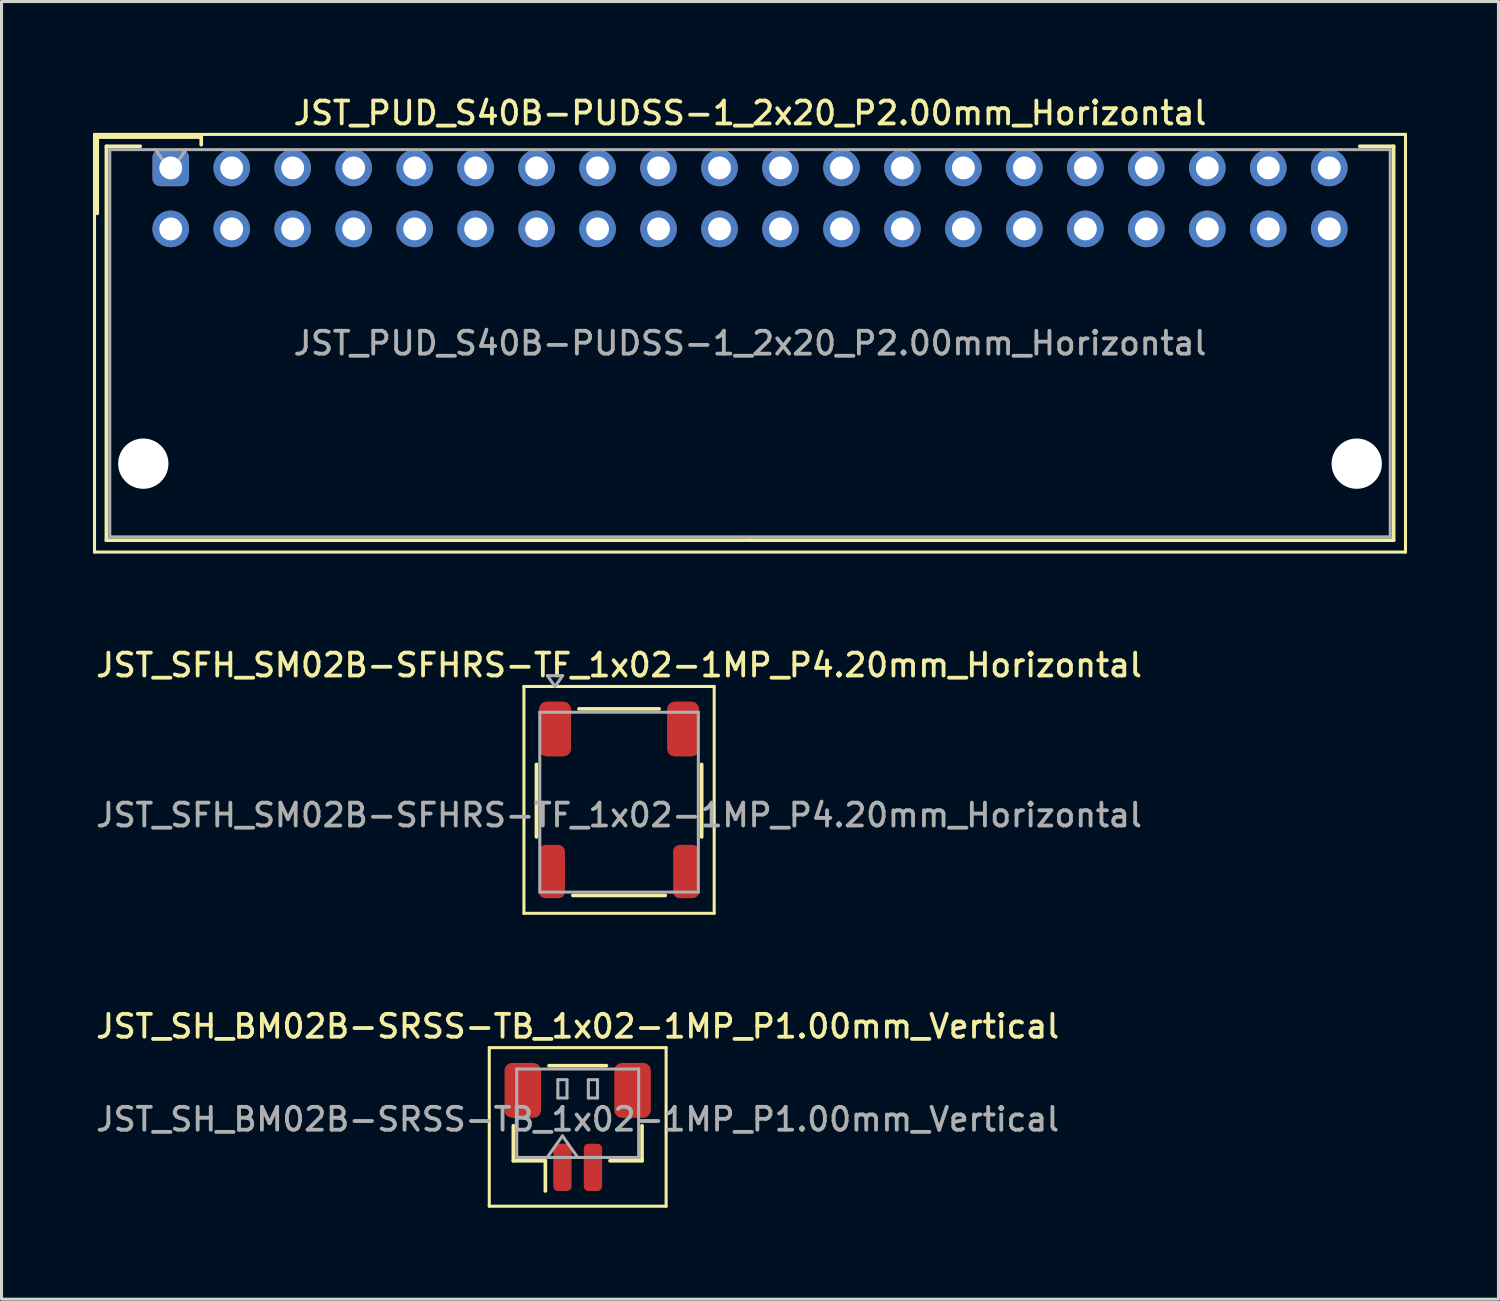
<source format=kicad_pcb>
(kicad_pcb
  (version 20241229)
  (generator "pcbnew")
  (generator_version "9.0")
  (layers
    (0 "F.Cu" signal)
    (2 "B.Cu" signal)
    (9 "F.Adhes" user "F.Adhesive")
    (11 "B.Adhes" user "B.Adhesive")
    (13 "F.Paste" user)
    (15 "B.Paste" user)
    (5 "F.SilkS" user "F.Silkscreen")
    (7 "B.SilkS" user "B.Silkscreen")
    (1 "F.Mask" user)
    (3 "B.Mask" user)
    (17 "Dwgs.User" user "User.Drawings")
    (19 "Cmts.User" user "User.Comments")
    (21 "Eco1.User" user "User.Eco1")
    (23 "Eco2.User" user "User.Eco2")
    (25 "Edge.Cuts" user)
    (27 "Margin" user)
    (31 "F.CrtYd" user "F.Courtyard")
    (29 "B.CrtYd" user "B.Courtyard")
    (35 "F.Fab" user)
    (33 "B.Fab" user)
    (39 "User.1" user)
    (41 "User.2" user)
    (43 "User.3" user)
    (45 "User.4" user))
  (footprint "JST_SFH_SM02B-SFHRS-TF_1x02-1MP_P4.20mm_Horizontal"
    (layer "F.Cu")
    (at 17.255 23.186)
    (property "Reference" "JST_SFH_SM02B-SFHRS-TF_1x02-1MP_P4.20mm_Horizontal" (at 0 -4.42 0) (layer "F.SilkS") (effects (font (size 0.75 0.75) (thickness 0.125))))
    (attr smd)
    (fp_line (start -3.12 -3.72) (end -3.12 3.72) (stroke (width 0.1) (type solid)) (layer "F.SilkS"))
    (fp_line (start -3.12 3.72) (end 3.12 3.72) (stroke (width 0.1) (type solid)) (layer "F.SilkS"))
    (fp_line (start -2.71 -1.165) (end -2.71 1.215) (stroke (width 0.12) (type solid)) (layer "F.SilkS"))
    (fp_line (start -1.515 3.135) (end 1.515 3.135) (stroke (width 0.12) (type solid)) (layer "F.SilkS"))
    (fp_line (start -1.315 -2.985) (end 1.315 -2.985) (stroke (width 0.12) (type solid)) (layer "F.SilkS"))
    (fp_line (start 2.71 -1.165) (end 2.71 1.215) (stroke (width 0.12) (type solid)) (layer "F.SilkS"))
    (fp_line (start 3.12 -3.72) (end -3.12 -3.72) (stroke (width 0.1) (type solid)) (layer "F.SilkS"))
    (fp_line (start 3.12 3.72) (end 3.12 -3.72) (stroke (width 0.1) (type solid)) (layer "F.SilkS"))
    (fp_line (start -2.6 -2.875) (end -2.6 3.025) (stroke (width 0.1) (type solid)) (layer "F.Fab"))
    (fp_line (start -2.6 -2.875) (end 2.6 -2.875) (stroke (width 0.1) (type solid)) (layer "F.Fab"))
    (fp_line (start -2.6 3.025) (end 2.6 3.025) (stroke (width 0.1) (type solid)) (layer "F.Fab"))
    (fp_line (start -2.35 -4.074) (end -2.1 -3.72) (stroke (width 0.1) (type solid)) (layer "F.Fab"))
    (fp_line (start -2.1 -3.72) (end -1.85 -4.074) (stroke (width 0.1) (type solid)) (layer "F.Fab"))
    (fp_line (start -1.85 -4.074) (end -2.35 -4.074) (stroke (width 0.1) (type solid)) (layer "F.Fab"))
    (fp_line (start 2.6 -2.875) (end 2.6 3.025) (stroke (width 0.1) (type solid)) (layer "F.Fab"))
    (fp_text user "${REFERENCE}" (at 0 0.5 0) (layer "F.Fab") (effects (font (size 0.75 0.75) (thickness 0.125))))
    (pad "1" smd roundrect (at -2.1 -2.325) (size 1.05 1.8) (layers "F.Cu" "F.Mask" "F.Paste") (roundrect_rratio 0.238))
    (pad "2" smd roundrect (at 2.1 -2.325) (size 1.05 1.8) (layers "F.Cu" "F.Mask" "F.Paste") (roundrect_rratio 0.238))
    (pad "MP" smd roundrect (at -2.2 2.35) (size 0.85 1.75) (layers "F.Cu" "F.Mask" "F.Paste") (roundrect_rratio 0.25))
    (pad "MP" smd roundrect (at 2.2 2.35) (size 0.85 1.75) (layers "F.Cu" "F.Mask" "F.Paste") (roundrect_rratio 0.25)))
  (footprint "JST_SH_BM02B-SRSS-TB_1x02-1MP_P1.00mm_Vertical"
    (layer "F.Cu")
    (at 15.898 33.914)
    (property "Reference" "JST_SH_BM02B-SRSS-TB_1x02-1MP_P1.00mm_Vertical" (at 0 -3.3 0) (layer "F.SilkS") (effects (font (size 0.75 0.75) (thickness 0.125))))
    (attr smd)
    (fp_line (start -2.9 -2.6) (end -2.9 2.6) (stroke (width 0.1) (type solid)) (layer "F.SilkS"))
    (fp_line (start -2.9 2.6) (end 2.9 2.6) (stroke (width 0.1) (type solid)) (layer "F.SilkS"))
    (fp_line (start -2.11 -0.04) (end -2.11 1.11) (stroke (width 0.12) (type solid)) (layer "F.SilkS"))
    (fp_line (start -2.11 1.11) (end -1.06 1.11) (stroke (width 0.12) (type solid)) (layer "F.SilkS"))
    (fp_line (start -1.06 1.11) (end -1.06 2.1) (stroke (width 0.12) (type solid)) (layer "F.SilkS"))
    (fp_line (start -0.94 -2.01) (end 0.94 -2.01) (stroke (width 0.12) (type solid)) (layer "F.SilkS"))
    (fp_line (start 2.11 -0.04) (end 2.11 1.11) (stroke (width 0.12) (type solid)) (layer "F.SilkS"))
    (fp_line (start 2.11 1.11) (end 1.06 1.11) (stroke (width 0.12) (type solid)) (layer "F.SilkS"))
    (fp_line (start 2.9 -2.6) (end -2.9 -2.6) (stroke (width 0.1) (type solid)) (layer "F.SilkS"))
    (fp_line (start 2.9 2.6) (end 2.9 -2.6) (stroke (width 0.1) (type solid)) (layer "F.SilkS"))
    (fp_line (start -2 -1.9) (end 2 -1.9) (stroke (width 0.1) (type solid)) (layer "F.Fab"))
    (fp_line (start -2 1) (end -2 -1.9) (stroke (width 0.1) (type solid)) (layer "F.Fab"))
    (fp_line (start -2 1) (end 2 1) (stroke (width 0.1) (type solid)) (layer "F.Fab"))
    (fp_line (start -1 1) (end -0.5 0.293) (stroke (width 0.1) (type solid)) (layer "F.Fab"))
    (fp_line (start -0.65 -1.55) (end -0.65 -0.95) (stroke (width 0.1) (type solid)) (layer "F.Fab"))
    (fp_line (start -0.65 -0.95) (end -0.35 -0.95) (stroke (width 0.1) (type solid)) (layer "F.Fab"))
    (fp_line (start -0.5 0.293) (end 0 1) (stroke (width 0.1) (type solid)) (layer "F.Fab"))
    (fp_line (start -0.35 -1.55) (end -0.65 -1.55) (stroke (width 0.1) (type solid)) (layer "F.Fab"))
    (fp_line (start -0.35 -0.95) (end -0.35 -1.55) (stroke (width 0.1) (type solid)) (layer "F.Fab"))
    (fp_line (start 0.35 -1.55) (end 0.35 -0.95) (stroke (width 0.1) (type solid)) (layer "F.Fab"))
    (fp_line (start 0.35 -0.95) (end 0.65 -0.95) (stroke (width 0.1) (type solid)) (layer "F.Fab"))
    (fp_line (start 0.65 -1.55) (end 0.35 -1.55) (stroke (width 0.1) (type solid)) (layer "F.Fab"))
    (fp_line (start 0.65 -0.95) (end 0.65 -1.55) (stroke (width 0.1) (type solid)) (layer "F.Fab"))
    (fp_line (start 2 1) (end 2 -1.9) (stroke (width 0.1) (type solid)) (layer "F.Fab"))
    (fp_text user "${REFERENCE}" (at 0 -0.25 0) (layer "F.Fab") (effects (font (size 0.75 0.75) (thickness 0.125))))
    (pad "1" smd roundrect (at -0.5 1.325) (size 0.6 1.55) (layers "F.Cu" "F.Mask" "F.Paste") (roundrect_rratio 0.25))
    (pad "2" smd roundrect (at 0.5 1.325) (size 0.6 1.55) (layers "F.Cu" "F.Mask" "F.Paste") (roundrect_rratio 0.25))
    (pad "MP" smd roundrect (at -1.8 -1.2) (size 1.2 1.8) (layers "F.Cu" "F.Mask" "F.Paste") (roundrect_rratio 0.208))
    (pad "MP" smd roundrect (at 1.8 -1.2) (size 1.2 1.8) (layers "F.Cu" "F.Mask" "F.Paste") (roundrect_rratio 0.208)))
  (footprint "JST_PUD_S40B-PUDSS-1_2x20_P2.00mm_Horizontal"
    (layer "F.Cu")
    (at 2.55 2.458)
    (property "Reference" "JST_PUD_S40B-PUDSS-1_2x20_P2.00mm_Horizontal" (at 19 -1.8 0) (layer "F.SilkS") (effects (font (size 0.75 0.75) (thickness 0.125))))
    (attr through_hole)
    (fp_line (start -2.5 -1.1) (end -2.5 12.6) (stroke (width 0.1) (type solid)) (layer "F.SilkS"))
    (fp_line (start -2.5 12.6) (end 40.5 12.6) (stroke (width 0.1) (type solid)) (layer "F.SilkS"))
    (fp_line (start -2.41 -1.01) (end -2.41 1.49) (stroke (width 0.12) (type solid)) (layer "F.SilkS"))
    (fp_line (start -2.11 -0.71) (end -2.11 12.21) (stroke (width 0.12) (type solid)) (layer "F.SilkS"))
    (fp_line (start -2.11 12.21) (end 19 12.21) (stroke (width 0.12) (type solid)) (layer "F.SilkS"))
    (fp_line (start -1 -0.71) (end -2.11 -0.71) (stroke (width 0.12) (type solid)) (layer "F.SilkS"))
    (fp_line (start 1 -1.01) (end -2.41 -1.01) (stroke (width 0.12) (type solid)) (layer "F.SilkS"))
    (fp_line (start 1 -0.76) (end 1 -1.01) (stroke (width 0.12) (type solid)) (layer "F.SilkS"))
    (fp_line (start 39 -0.71) (end 40.11 -0.71) (stroke (width 0.12) (type solid)) (layer "F.SilkS"))
    (fp_line (start 40.11 -0.71) (end 40.11 12.21) (stroke (width 0.12) (type solid)) (layer "F.SilkS"))
    (fp_line (start 40.11 12.21) (end 19 12.21) (stroke (width 0.12) (type solid)) (layer "F.SilkS"))
    (fp_line (start 40.5 -1.1) (end -2.5 -1.1) (stroke (width 0.1) (type solid)) (layer "F.SilkS"))
    (fp_line (start 40.5 12.6) (end 40.5 -1.1) (stroke (width 0.1) (type solid)) (layer "F.SilkS"))
    (fp_line (start -2 -0.6) (end -2 12.1) (stroke (width 0.1) (type solid)) (layer "F.Fab"))
    (fp_line (start -2 12.1) (end 40 12.1) (stroke (width 0.1) (type solid)) (layer "F.Fab"))
    (fp_line (start 0 0.107) (end -0.5 -0.6) (stroke (width 0.1) (type solid)) (layer "F.Fab"))
    (fp_line (start 0.5 -0.6) (end 0 0.107) (stroke (width 0.1) (type solid)) (layer "F.Fab"))
    (fp_line (start 40 -0.6) (end -2 -0.6) (stroke (width 0.1) (type solid)) (layer "F.Fab"))
    (fp_line (start 40 12.1) (end 40 -0.6) (stroke (width 0.1) (type solid)) (layer "F.Fab"))
    (fp_text user "${REFERENCE}" (at 19 5.75 0) (layer "F.Fab") (effects (font (size 0.75 0.75) (thickness 0.125))))
    (pad "" np_thru_hole circle (at -0.9 9.7) (size 1.65 1.65) (drill 1.65) (layers "*.Cu" "*.Mask"))
    (pad "" np_thru_hole circle (at 38.9 9.7) (size 1.65 1.65) (drill 1.65) (layers "*.Cu" "*.Mask"))
    (pad "1" thru_hole roundrect (at 0 0) (size 1.2 1.2) (drill 0.75) (layers "*.Cu" "*.Mask") (roundrect_rratio 0.208))
    (pad "2" thru_hole circle (at 0 2) (size 1.2 1.2) (drill 0.75) (layers "*.Cu" "*.Mask"))
    (pad "3" thru_hole circle (at 2 0) (size 1.2 1.2) (drill 0.75) (layers "*.Cu" "*.Mask"))
    (pad "4" thru_hole circle (at 2 2) (size 1.2 1.2) (drill 0.75) (layers "*.Cu" "*.Mask"))
    (pad "5" thru_hole circle (at 4 0) (size 1.2 1.2) (drill 0.75) (layers "*.Cu" "*.Mask"))
    (pad "6" thru_hole circle (at 4 2) (size 1.2 1.2) (drill 0.75) (layers "*.Cu" "*.Mask"))
    (pad "7" thru_hole circle (at 6 0) (size 1.2 1.2) (drill 0.75) (layers "*.Cu" "*.Mask"))
    (pad "8" thru_hole circle (at 6 2) (size 1.2 1.2) (drill 0.75) (layers "*.Cu" "*.Mask"))
    (pad "9" thru_hole circle (at 8 0) (size 1.2 1.2) (drill 0.75) (layers "*.Cu" "*.Mask"))
    (pad "10" thru_hole circle (at 8 2) (size 1.2 1.2) (drill 0.75) (layers "*.Cu" "*.Mask"))
    (pad "11" thru_hole circle (at 10 0) (size 1.2 1.2) (drill 0.75) (layers "*.Cu" "*.Mask"))
    (pad "12" thru_hole circle (at 10 2) (size 1.2 1.2) (drill 0.75) (layers "*.Cu" "*.Mask"))
    (pad "13" thru_hole circle (at 12 0) (size 1.2 1.2) (drill 0.75) (layers "*.Cu" "*.Mask"))
    (pad "14" thru_hole circle (at 12 2) (size 1.2 1.2) (drill 0.75) (layers "*.Cu" "*.Mask"))
    (pad "15" thru_hole circle (at 14 0) (size 1.2 1.2) (drill 0.75) (layers "*.Cu" "*.Mask"))
    (pad "16" thru_hole circle (at 14 2) (size 1.2 1.2) (drill 0.75) (layers "*.Cu" "*.Mask"))
    (pad "17" thru_hole circle (at 16 0) (size 1.2 1.2) (drill 0.75) (layers "*.Cu" "*.Mask"))
    (pad "18" thru_hole circle (at 16 2) (size 1.2 1.2) (drill 0.75) (layers "*.Cu" "*.Mask"))
    (pad "19" thru_hole circle (at 18 0) (size 1.2 1.2) (drill 0.75) (layers "*.Cu" "*.Mask"))
    (pad "20" thru_hole circle (at 18 2) (size 1.2 1.2) (drill 0.75) (layers "*.Cu" "*.Mask"))
    (pad "21" thru_hole circle (at 20 0) (size 1.2 1.2) (drill 0.75) (layers "*.Cu" "*.Mask"))
    (pad "22" thru_hole circle (at 20 2) (size 1.2 1.2) (drill 0.75) (layers "*.Cu" "*.Mask"))
    (pad "23" thru_hole circle (at 22 0) (size 1.2 1.2) (drill 0.75) (layers "*.Cu" "*.Mask"))
    (pad "24" thru_hole circle (at 22 2) (size 1.2 1.2) (drill 0.75) (layers "*.Cu" "*.Mask"))
    (pad "25" thru_hole circle (at 24 0) (size 1.2 1.2) (drill 0.75) (layers "*.Cu" "*.Mask"))
    (pad "26" thru_hole circle (at 24 2) (size 1.2 1.2) (drill 0.75) (layers "*.Cu" "*.Mask"))
    (pad "27" thru_hole circle (at 26 0) (size 1.2 1.2) (drill 0.75) (layers "*.Cu" "*.Mask"))
    (pad "28" thru_hole circle (at 26 2) (size 1.2 1.2) (drill 0.75) (layers "*.Cu" "*.Mask"))
    (pad "29" thru_hole circle (at 28 0) (size 1.2 1.2) (drill 0.75) (layers "*.Cu" "*.Mask"))
    (pad "30" thru_hole circle (at 28 2) (size 1.2 1.2) (drill 0.75) (layers "*.Cu" "*.Mask"))
    (pad "31" thru_hole circle (at 30 0) (size 1.2 1.2) (drill 0.75) (layers "*.Cu" "*.Mask"))
    (pad "32" thru_hole circle (at 30 2) (size 1.2 1.2) (drill 0.75) (layers "*.Cu" "*.Mask"))
    (pad "33" thru_hole circle (at 32 0) (size 1.2 1.2) (drill 0.75) (layers "*.Cu" "*.Mask"))
    (pad "34" thru_hole circle (at 32 2) (size 1.2 1.2) (drill 0.75) (layers "*.Cu" "*.Mask"))
    (pad "35" thru_hole circle (at 34 0) (size 1.2 1.2) (drill 0.75) (layers "*.Cu" "*.Mask"))
    (pad "36" thru_hole circle (at 34 2) (size 1.2 1.2) (drill 0.75) (layers "*.Cu" "*.Mask"))
    (pad "37" thru_hole circle (at 36 0) (size 1.2 1.2) (drill 0.75) (layers "*.Cu" "*.Mask"))
    (pad "38" thru_hole circle (at 36 2) (size 1.2 1.2) (drill 0.75) (layers "*.Cu" "*.Mask"))
    (pad "39" thru_hole circle (at 38 0) (size 1.2 1.2) (drill 0.75) (layers "*.Cu" "*.Mask"))
    (pad "40" thru_hole circle (at 38 2) (size 1.2 1.2) (drill 0.75) (layers "*.Cu" "*.Mask")))
  (gr_rect
    (start -3 -3)
    (end 46.1 39.564)
    (stroke (width 0.1) (type default))
    (fill no)
    (layer "Edge.Cuts")))
</source>
